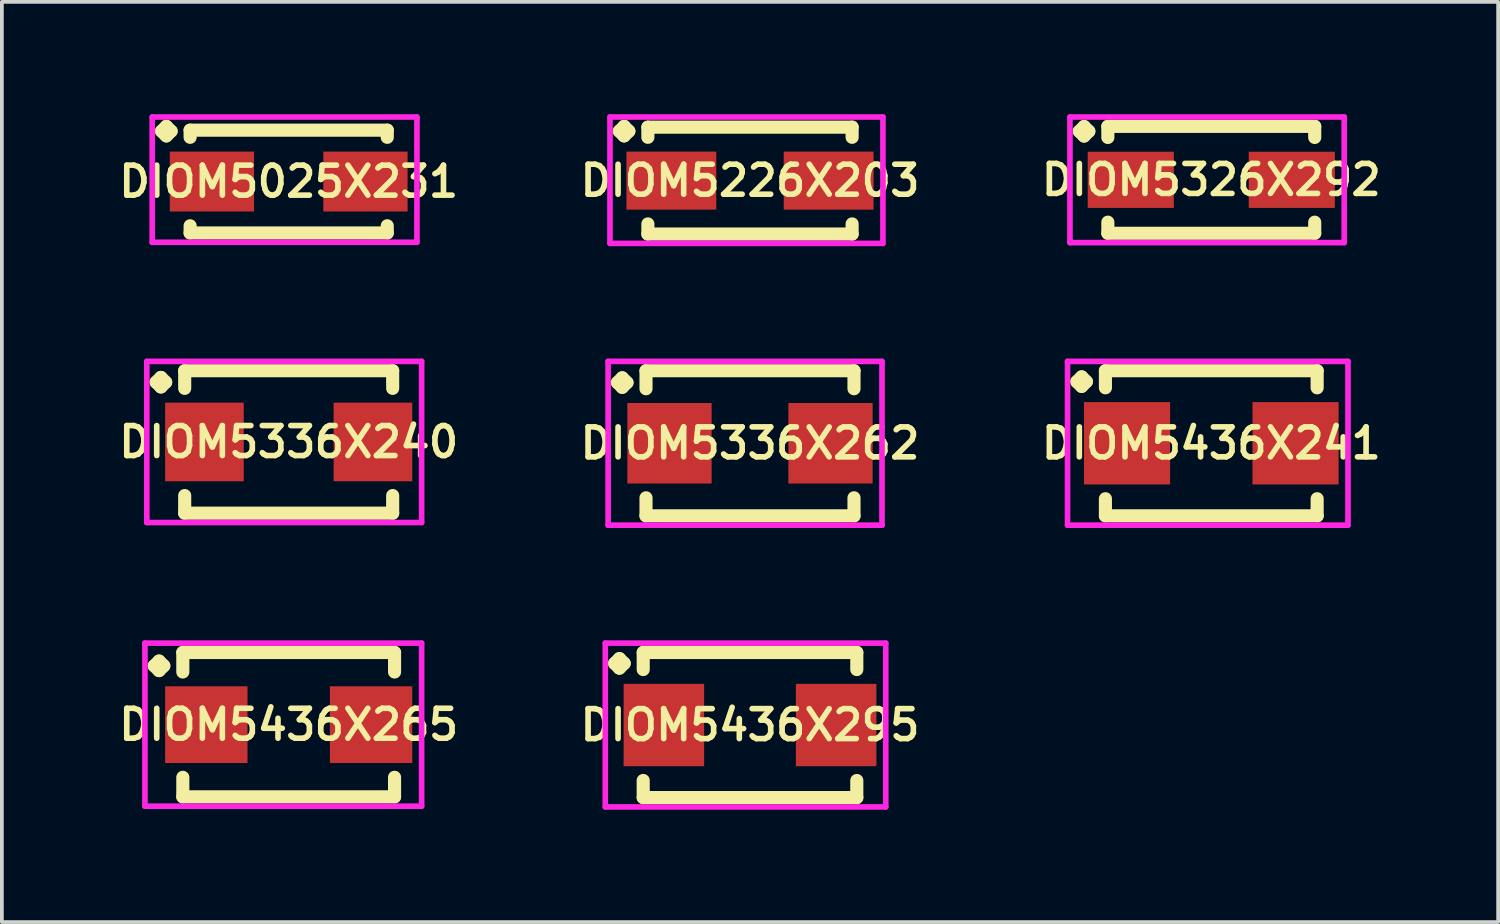
<source format=kicad_pcb>
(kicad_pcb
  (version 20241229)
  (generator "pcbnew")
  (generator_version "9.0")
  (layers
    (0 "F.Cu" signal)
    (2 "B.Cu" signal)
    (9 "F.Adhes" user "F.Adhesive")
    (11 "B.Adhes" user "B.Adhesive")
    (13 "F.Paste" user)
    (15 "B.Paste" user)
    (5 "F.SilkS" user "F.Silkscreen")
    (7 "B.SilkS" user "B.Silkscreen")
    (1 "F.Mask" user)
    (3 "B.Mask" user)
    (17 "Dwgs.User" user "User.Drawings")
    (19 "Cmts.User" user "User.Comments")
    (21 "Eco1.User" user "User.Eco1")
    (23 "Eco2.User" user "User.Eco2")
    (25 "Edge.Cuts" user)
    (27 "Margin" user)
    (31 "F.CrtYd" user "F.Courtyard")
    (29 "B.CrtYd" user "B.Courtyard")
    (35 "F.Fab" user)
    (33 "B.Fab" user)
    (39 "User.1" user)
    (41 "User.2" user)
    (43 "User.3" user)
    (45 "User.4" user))
  (footprint "DIOM5436X265"
    (layer "F.Cu")
    (at 4.659 16.301)
    (property "Reference" "DIOM5436X265" (at 0 0 0) (layer "F.SilkS") (effects (font (size 0.8 0.8) (thickness 0.15))))
    (attr through_hole)
    (fp_line (start -3.589 -1.571) (end -3.462 -1.698) (stroke (width 0.35) (type solid)) (layer "F.SilkS"))
    (fp_line (start -3.462 -1.698) (end -3.335 -1.571) (stroke (width 0.35) (type solid)) (layer "F.SilkS"))
    (fp_line (start -3.462 -1.444) (end -3.589 -1.571) (stroke (width 0.35) (type solid)) (layer "F.SilkS"))
    (fp_line (start -3.335 -1.571) (end -3.462 -1.444) (stroke (width 0.35) (type solid)) (layer "F.SilkS"))
    (fp_line (start -2.827 -1.927) (end 2.827 -1.927) (stroke (width 0.35) (type solid)) (layer "F.SilkS"))
    (fp_line (start -2.827 -1.406) (end -2.827 -1.927) (stroke (width 0.35) (type solid)) (layer "F.SilkS"))
    (fp_line (start -2.827 1.406) (end -2.827 1.927) (stroke (width 0.35) (type solid)) (layer "F.SilkS"))
    (fp_line (start -2.827 1.927) (end 2.827 1.927) (stroke (width 0.35) (type solid)) (layer "F.SilkS"))
    (fp_line (start 2.827 -1.927) (end 2.827 -1.406) (stroke (width 0.35) (type solid)) (layer "F.SilkS"))
    (fp_line (start 2.827 1.927) (end 2.827 1.406) (stroke (width 0.35) (type solid)) (layer "F.SilkS"))
    (fp_line (start -3.839 -2.177) (end 3.55 -2.177) (stroke (width 0.15) (type solid)) (layer "F.CrtYd"))
    (fp_line (start -3.839 2.177) (end -3.839 -2.177) (stroke (width 0.15) (type solid)) (layer "F.CrtYd"))
    (fp_line (start 3.55 -2.177) (end 3.55 2.177) (stroke (width 0.15) (type solid)) (layer "F.CrtYd"))
    (fp_line (start 3.55 2.177) (end -3.839 2.177) (stroke (width 0.15) (type solid)) (layer "F.CrtYd"))
    (pad "1" smd rect (at -2.2 0) (size 2.2 2.05) (layers "F.Cu" "F.Mask" "F.Paste"))
    (pad "2" smd rect (at 2.2 0) (size 2.2 2.05) (layers "F.Cu" "F.Mask" "F.Paste")))
  (footprint "DIOM5336X240"
    (layer "F.Cu")
    (at 4.659 8.752)
    (property "Reference" "DIOM5336X240" (at 0 0 0) (layer "F.SilkS") (effects (font (size 0.8 0.8) (thickness 0.15))))
    (attr through_hole)
    (fp_line (start -3.539 -1.596) (end -3.412 -1.723) (stroke (width 0.35) (type solid)) (layer "F.SilkS"))
    (fp_line (start -3.412 -1.723) (end -3.285 -1.596) (stroke (width 0.35) (type solid)) (layer "F.SilkS"))
    (fp_line (start -3.412 -1.469) (end -3.539 -1.596) (stroke (width 0.35) (type solid)) (layer "F.SilkS"))
    (fp_line (start -3.285 -1.596) (end -3.412 -1.469) (stroke (width 0.35) (type solid)) (layer "F.SilkS"))
    (fp_line (start -2.777 -1.902) (end 2.777 -1.902) (stroke (width 0.35) (type solid)) (layer "F.SilkS"))
    (fp_line (start -2.777 -1.431) (end -2.777 -1.902) (stroke (width 0.35) (type solid)) (layer "F.SilkS"))
    (fp_line (start -2.777 1.431) (end -2.777 1.902) (stroke (width 0.35) (type solid)) (layer "F.SilkS"))
    (fp_line (start -2.777 1.902) (end 2.777 1.902) (stroke (width 0.35) (type solid)) (layer "F.SilkS"))
    (fp_line (start 2.777 -1.902) (end 2.777 -1.431) (stroke (width 0.35) (type solid)) (layer "F.SilkS"))
    (fp_line (start 2.777 1.902) (end 2.777 1.431) (stroke (width 0.35) (type solid)) (layer "F.SilkS"))
    (fp_line (start -3.789 -2.152) (end 3.55 -2.152) (stroke (width 0.15) (type solid)) (layer "F.CrtYd"))
    (fp_line (start -3.789 2.152) (end -3.789 -2.152) (stroke (width 0.15) (type solid)) (layer "F.CrtYd"))
    (fp_line (start 3.55 -2.152) (end 3.55 2.152) (stroke (width 0.15) (type solid)) (layer "F.CrtYd"))
    (fp_line (start 3.55 2.152) (end -3.789 2.152) (stroke (width 0.15) (type solid)) (layer "F.CrtYd"))
    (pad "1" smd rect (at -2.25 0) (size 2.1 2.1) (layers "F.Cu" "F.Mask" "F.Paste"))
    (pad "2" smd rect (at 2.25 0) (size 2.1 2.1) (layers "F.Cu" "F.Mask" "F.Paste")))
  (footprint "DIOM5326X292"
    (layer "F.Cu")
    (at 29.296 1.752)
    (property "Reference" "DIOM5326X292" (at 0 0 0) (layer "F.SilkS") (effects (font (size 0.8 0.8) (thickness 0.15))))
    (attr through_hole)
    (fp_line (start -3.524 -1.296) (end -3.397 -1.423) (stroke (width 0.35) (type solid)) (layer "F.SilkS"))
    (fp_line (start -3.397 -1.423) (end -3.27 -1.296) (stroke (width 0.35) (type solid)) (layer "F.SilkS"))
    (fp_line (start -3.397 -1.169) (end -3.524 -1.296) (stroke (width 0.35) (type solid)) (layer "F.SilkS"))
    (fp_line (start -3.27 -1.296) (end -3.397 -1.169) (stroke (width 0.35) (type solid)) (layer "F.SilkS"))
    (fp_line (start -2.762 -1.427) (end 2.762 -1.427) (stroke (width 0.35) (type solid)) (layer "F.SilkS"))
    (fp_line (start -2.762 -1.131) (end -2.762 -1.427) (stroke (width 0.35) (type solid)) (layer "F.SilkS"))
    (fp_line (start -2.762 1.131) (end -2.762 1.427) (stroke (width 0.35) (type solid)) (layer "F.SilkS"))
    (fp_line (start -2.762 1.427) (end 2.762 1.427) (stroke (width 0.35) (type solid)) (layer "F.SilkS"))
    (fp_line (start 2.762 -1.427) (end 2.762 -1.131) (stroke (width 0.35) (type solid)) (layer "F.SilkS"))
    (fp_line (start 2.762 1.427) (end 2.762 1.131) (stroke (width 0.35) (type solid)) (layer "F.SilkS"))
    (fp_line (start -3.774 -1.677) (end 3.55 -1.677) (stroke (width 0.15) (type solid)) (layer "F.CrtYd"))
    (fp_line (start -3.774 1.677) (end -3.774 -1.677) (stroke (width 0.15) (type solid)) (layer "F.CrtYd"))
    (fp_line (start 3.55 -1.677) (end 3.55 1.677) (stroke (width 0.15) (type solid)) (layer "F.CrtYd"))
    (fp_line (start 3.55 1.677) (end -3.774 1.677) (stroke (width 0.15) (type solid)) (layer "F.CrtYd"))
    (pad "1" smd rect (at -2.15 0) (size 2.3 1.5) (layers "F.Cu" "F.Mask" "F.Paste"))
    (pad "2" smd rect (at 2.15 0) (size 2.3 1.5) (layers "F.Cu" "F.Mask" "F.Paste")))
  (footprint "DIOM5025X231"
    (layer "F.Cu")
    (at 4.659 1.798)
    (property "Reference" "DIOM5025X231" (at 0 0 0) (layer "F.SilkS") (effects (font (size 0.8 0.8) (thickness 0.15))))
    (attr smd)
    (fp_line (start -3.394 -1.346) (end -3.267 -1.473) (stroke (width 0.35) (type solid)) (layer "F.SilkS"))
    (fp_line (start -3.267 -1.473) (end -3.14 -1.346) (stroke (width 0.35) (type solid)) (layer "F.SilkS"))
    (fp_line (start -3.267 -1.219) (end -3.394 -1.346) (stroke (width 0.35) (type solid)) (layer "F.SilkS"))
    (fp_line (start -3.14 -1.346) (end -3.267 -1.219) (stroke (width 0.35) (type solid)) (layer "F.SilkS"))
    (fp_line (start -2.632 -1.372) (end 2.632 -1.372) (stroke (width 0.35) (type solid)) (layer "F.SilkS"))
    (fp_line (start -2.632 -1.181) (end -2.632 -1.372) (stroke (width 0.35) (type solid)) (layer "F.SilkS"))
    (fp_line (start -2.632 1.181) (end -2.632 1.372) (stroke (width 0.35) (type solid)) (layer "F.SilkS"))
    (fp_line (start -2.632 1.372) (end 2.632 1.372) (stroke (width 0.35) (type solid)) (layer "F.SilkS"))
    (fp_line (start 2.632 -1.372) (end 2.632 -1.181) (stroke (width 0.35) (type solid)) (layer "F.SilkS"))
    (fp_line (start 2.632 1.372) (end 2.632 1.181) (stroke (width 0.35) (type solid)) (layer "F.SilkS"))
    (fp_line (start -3.644 -1.723) (end 3.425 -1.723) (stroke (width 0.15) (type solid)) (layer "F.CrtYd"))
    (fp_line (start -3.644 1.622) (end -3.644 -1.723) (stroke (width 0.15) (type solid)) (layer "F.CrtYd"))
    (fp_line (start 3.425 -1.723) (end 3.425 1.622) (stroke (width 0.15) (type solid)) (layer "F.CrtYd"))
    (fp_line (start 3.425 1.622) (end -3.644 1.622) (stroke (width 0.15) (type solid)) (layer "F.CrtYd"))
    (pad "1" smd rect (at -2.05 0) (size 2.25 1.6) (layers "F.Cu" "F.Mask" "F.Paste"))
    (pad "2" smd rect (at 2.05 0) (size 2.25 1.6) (layers "F.Cu" "F.Mask" "F.Paste")))
  (footprint "DIOM5336X262"
    (layer "F.Cu")
    (at 16.978 8.787)
    (property "Reference" "DIOM5336X262" (at 0 0 0) (layer "F.SilkS") (effects (font (size 0.8 0.8) (thickness 0.15))))
    (attr smd)
    (fp_line (start -3.539 -1.621) (end -3.412 -1.748) (stroke (width 0.35) (type solid)) (layer "F.SilkS"))
    (fp_line (start -3.412 -1.748) (end -3.285 -1.621) (stroke (width 0.35) (type solid)) (layer "F.SilkS"))
    (fp_line (start -3.412 -1.494) (end -3.539 -1.621) (stroke (width 0.35) (type solid)) (layer "F.SilkS"))
    (fp_line (start -3.285 -1.621) (end -3.412 -1.494) (stroke (width 0.35) (type solid)) (layer "F.SilkS"))
    (fp_line (start -2.777 -1.937) (end 2.777 -1.937) (stroke (width 0.35) (type solid)) (layer "F.SilkS"))
    (fp_line (start -2.777 -1.456) (end -2.777 -1.937) (stroke (width 0.35) (type solid)) (layer "F.SilkS"))
    (fp_line (start -2.777 1.456) (end -2.777 1.937) (stroke (width 0.35) (type solid)) (layer "F.SilkS"))
    (fp_line (start -2.777 1.937) (end 2.777 1.937) (stroke (width 0.35) (type solid)) (layer "F.SilkS"))
    (fp_line (start 2.777 -1.937) (end 2.777 -1.456) (stroke (width 0.35) (type solid)) (layer "F.SilkS"))
    (fp_line (start 2.777 1.937) (end 2.777 1.456) (stroke (width 0.35) (type solid)) (layer "F.SilkS"))
    (fp_line (start -3.789 -2.187) (end 3.525 -2.187) (stroke (width 0.15) (type solid)) (layer "F.CrtYd"))
    (fp_line (start -3.789 2.187) (end -3.789 -2.187) (stroke (width 0.15) (type solid)) (layer "F.CrtYd"))
    (fp_line (start 3.525 -2.187) (end 3.525 2.187) (stroke (width 0.15) (type solid)) (layer "F.CrtYd"))
    (fp_line (start 3.525 2.187) (end -3.789 2.187) (stroke (width 0.15) (type solid)) (layer "F.CrtYd"))
    (pad "1" smd rect (at -2.15 0) (size 2.25 2.15) (layers "F.Cu" "F.Mask" "F.Paste"))
    (pad "2" smd rect (at 2.15 0) (size 2.25 2.15) (layers "F.Cu" "F.Mask" "F.Paste")))
  (footprint "DIOM5226X203"
    (layer "F.Cu")
    (at 16.978 1.773)
    (property "Reference" "DIOM5226X203" (at 0 0 0) (layer "F.SilkS") (effects (font (size 0.8 0.8) (thickness 0.15))))
    (attr smd)
    (fp_line (start -3.489 -1.321) (end -3.362 -1.448) (stroke (width 0.35) (type solid)) (layer "F.SilkS"))
    (fp_line (start -3.362 -1.448) (end -3.235 -1.321) (stroke (width 0.35) (type solid)) (layer "F.SilkS"))
    (fp_line (start -3.362 -1.194) (end -3.489 -1.321) (stroke (width 0.35) (type solid)) (layer "F.SilkS"))
    (fp_line (start -3.235 -1.321) (end -3.362 -1.194) (stroke (width 0.35) (type solid)) (layer "F.SilkS"))
    (fp_line (start -2.727 -1.427) (end 2.727 -1.427) (stroke (width 0.35) (type solid)) (layer "F.SilkS"))
    (fp_line (start -2.727 -1.156) (end -2.727 -1.427) (stroke (width 0.35) (type solid)) (layer "F.SilkS"))
    (fp_line (start -2.727 1.156) (end -2.727 1.427) (stroke (width 0.35) (type solid)) (layer "F.SilkS"))
    (fp_line (start -2.727 1.427) (end 2.727 1.427) (stroke (width 0.35) (type solid)) (layer "F.SilkS"))
    (fp_line (start 2.727 -1.427) (end 2.727 -1.156) (stroke (width 0.35) (type solid)) (layer "F.SilkS"))
    (fp_line (start 2.727 1.427) (end 2.727 1.156) (stroke (width 0.35) (type solid)) (layer "F.SilkS"))
    (fp_line (start -3.739 -1.698) (end 3.55 -1.698) (stroke (width 0.15) (type solid)) (layer "F.CrtYd"))
    (fp_line (start -3.739 1.677) (end -3.739 -1.698) (stroke (width 0.15) (type solid)) (layer "F.CrtYd"))
    (fp_line (start 3.55 -1.698) (end 3.55 1.677) (stroke (width 0.15) (type solid)) (layer "F.CrtYd"))
    (fp_line (start 3.55 1.677) (end -3.739 1.677) (stroke (width 0.15) (type solid)) (layer "F.CrtYd"))
    (pad "1" smd rect (at -2.1 0) (size 2.4 1.55) (layers "F.Cu" "F.Mask" "F.Paste"))
    (pad "2" smd rect (at 2.1 0) (size 2.4 1.55) (layers "F.Cu" "F.Mask" "F.Paste")))
  (footprint "DIOM5436X241"
    (layer "F.Cu")
    (at 29.296 8.787)
    (property "Reference" "DIOM5436X241" (at 0 0 0) (layer "F.SilkS") (effects (font (size 0.8 0.8) (thickness 0.15))))
    (attr smd)
    (fp_line (start -3.589 -1.646) (end -3.462 -1.773) (stroke (width 0.35) (type solid)) (layer "F.SilkS"))
    (fp_line (start -3.462 -1.773) (end -3.335 -1.646) (stroke (width 0.35) (type solid)) (layer "F.SilkS"))
    (fp_line (start -3.462 -1.519) (end -3.589 -1.646) (stroke (width 0.35) (type solid)) (layer "F.SilkS"))
    (fp_line (start -3.335 -1.646) (end -3.462 -1.519) (stroke (width 0.35) (type solid)) (layer "F.SilkS"))
    (fp_line (start -2.827 -1.937) (end 2.827 -1.937) (stroke (width 0.35) (type solid)) (layer "F.SilkS"))
    (fp_line (start -2.827 -1.481) (end -2.827 -1.937) (stroke (width 0.35) (type solid)) (layer "F.SilkS"))
    (fp_line (start -2.827 1.481) (end -2.827 1.937) (stroke (width 0.35) (type solid)) (layer "F.SilkS"))
    (fp_line (start -2.827 1.937) (end 2.827 1.937) (stroke (width 0.35) (type solid)) (layer "F.SilkS"))
    (fp_line (start 2.827 -1.937) (end 2.827 -1.481) (stroke (width 0.35) (type solid)) (layer "F.SilkS"))
    (fp_line (start 2.827 1.937) (end 2.827 1.481) (stroke (width 0.35) (type solid)) (layer "F.SilkS"))
    (fp_line (start -3.839 -2.187) (end 3.65 -2.187) (stroke (width 0.15) (type solid)) (layer "F.CrtYd"))
    (fp_line (start -3.839 2.187) (end -3.839 -2.187) (stroke (width 0.15) (type solid)) (layer "F.CrtYd"))
    (fp_line (start 3.65 -2.187) (end 3.65 2.187) (stroke (width 0.15) (type solid)) (layer "F.CrtYd"))
    (fp_line (start 3.65 2.187) (end -3.839 2.187) (stroke (width 0.15) (type solid)) (layer "F.CrtYd"))
    (pad "1" smd rect (at -2.25 0) (size 2.3 2.2) (layers "F.Cu" "F.Mask" "F.Paste"))
    (pad "2" smd rect (at 2.25 0) (size 2.3 2.2) (layers "F.Cu" "F.Mask" "F.Paste")))
  (footprint "DIOM5436X295"
    (layer "F.Cu")
    (at 16.978 16.311)
    (property "Reference" "DIOM5436X295" (at 0 0 0) (layer "F.SilkS") (effects (font (size 0.8 0.8) (thickness 0.15))))
    (attr smd)
    (fp_line (start -3.614 -1.646) (end -3.487 -1.773) (stroke (width 0.35) (type solid)) (layer "F.SilkS"))
    (fp_line (start -3.487 -1.773) (end -3.36 -1.646) (stroke (width 0.35) (type solid)) (layer "F.SilkS"))
    (fp_line (start -3.487 -1.519) (end -3.614 -1.646) (stroke (width 0.35) (type solid)) (layer "F.SilkS"))
    (fp_line (start -3.36 -1.646) (end -3.487 -1.519) (stroke (width 0.35) (type solid)) (layer "F.SilkS"))
    (fp_line (start -2.852 -1.937) (end 2.852 -1.937) (stroke (width 0.35) (type solid)) (layer "F.SilkS"))
    (fp_line (start -2.852 -1.481) (end -2.852 -1.937) (stroke (width 0.35) (type solid)) (layer "F.SilkS"))
    (fp_line (start -2.852 1.481) (end -2.852 1.937) (stroke (width 0.35) (type solid)) (layer "F.SilkS"))
    (fp_line (start -2.852 1.937) (end 2.852 1.937) (stroke (width 0.35) (type solid)) (layer "F.SilkS"))
    (fp_line (start 2.852 -1.937) (end 2.852 -1.481) (stroke (width 0.35) (type solid)) (layer "F.SilkS"))
    (fp_line (start 2.852 1.937) (end 2.852 1.481) (stroke (width 0.35) (type solid)) (layer "F.SilkS"))
    (fp_line (start -3.864 -2.187) (end 3.625 -2.187) (stroke (width 0.15) (type solid)) (layer "F.CrtYd"))
    (fp_line (start -3.864 2.187) (end -3.864 -2.187) (stroke (width 0.15) (type solid)) (layer "F.CrtYd"))
    (fp_line (start 3.625 -2.187) (end 3.625 2.187) (stroke (width 0.15) (type solid)) (layer "F.CrtYd"))
    (fp_line (start 3.625 2.187) (end -3.864 2.187) (stroke (width 0.15) (type solid)) (layer "F.CrtYd"))
    (pad "1" smd rect (at -2.3 0) (size 2.15 2.2) (layers "F.Cu" "F.Mask" "F.Paste"))
    (pad "2" smd rect (at 2.3 0) (size 2.15 2.2) (layers "F.Cu" "F.Mask" "F.Paste")))
  (gr_rect
    (start -3 -3)
    (end 36.956 21.573)
    (stroke (width 0.1) (type default))
    (fill no)
    (layer "Edge.Cuts")))
</source>
